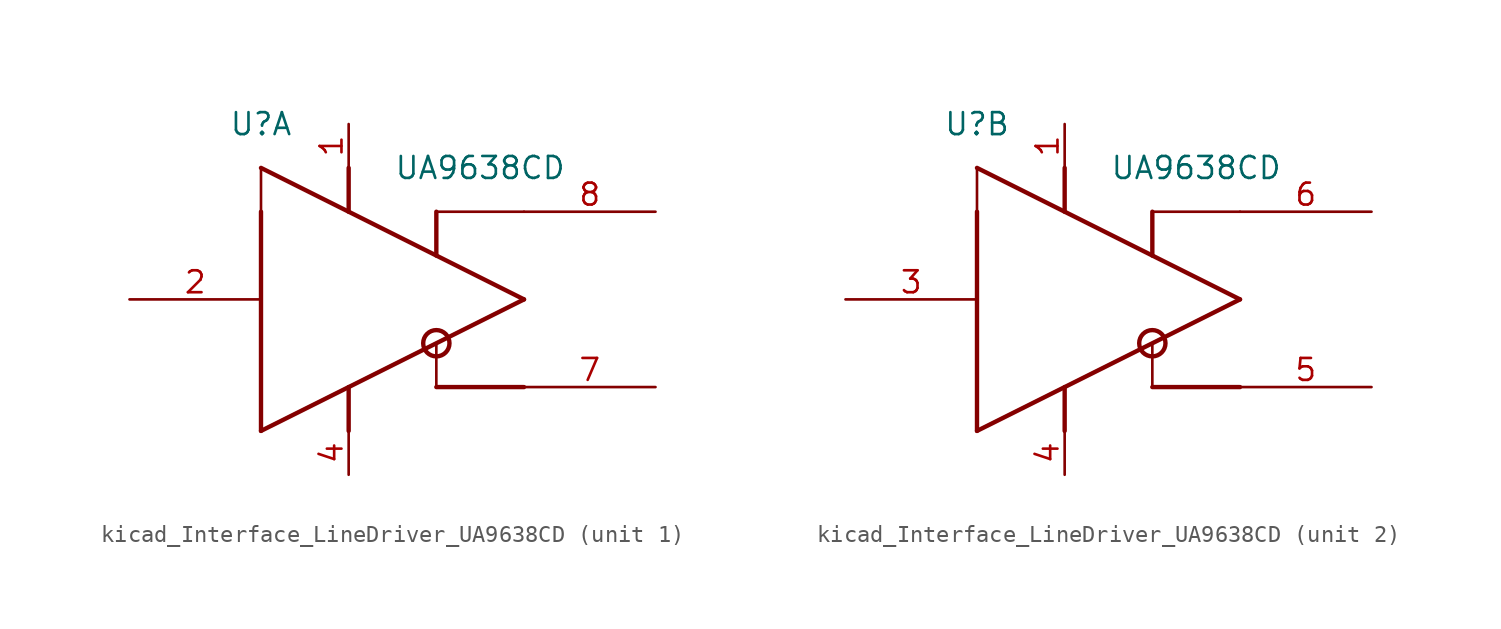
<source format=kicad_sym>
(kicad_symbol_lib
  (version 20220914)
  (generator kicad_symbol_editor)
  (symbol "kicad_Interface_LineDriver_UA9638CD"
    (pin_names
      (offset 1.016) hide)
    (property "Reference" "U"
      (at -7.62 10.16 0)
      (effects (font (size 1.27 1.27))))
    (property "Value" "UA9638CD"
      (at 5.08 7.62 0)
      (effects (font (size 1.27 1.27))))
    (symbol "kicad_Interface_LineDriver_UA9638CD_0_1"
      (polyline (pts (xy -7.62 5.08) (xy -7.62 -7.62)) (stroke (width 0.254) (type default)) (fill (type background)))
      (polyline (pts (xy -7.62 5.08) (xy -7.62 7.62)) (stroke (width 0) (type default)) (fill (type none)))
      (polyline (pts (xy -7.62 7.62) (xy 7.62 0)) (stroke (width 0.254) (type default)) (fill (type none)))
      (polyline (pts (xy -2.54 -5.08) (xy -2.54 -7.62)) (stroke (width 0.254) (type default)) (fill (type none)))
      (polyline (pts (xy -2.54 5.08) (xy -2.54 7.62)) (stroke (width 0.254) (type default)) (fill (type none)))
      (polyline (pts (xy 2.54 -5.08) (xy 7.62 -5.08)) (stroke (width 0.254) (type default)) (fill (type none)))
      (polyline (pts (xy 2.54 -2.54) (xy 2.54 -5.08)) (stroke (width 0) (type default)) (fill (type none)))
      (polyline (pts (xy 2.54 5.08) (xy 2.54 2.54)) (stroke (width 0.254) (type default)) (fill (type none)))
      (polyline (pts (xy 7.62 0) (xy -7.62 -7.62)) (stroke (width 0.254) (type default)) (fill (type none)))
      (polyline (pts (xy 7.62 5.08) (xy 2.54 5.08)) (stroke (width 0) (type default)) (fill (type none)))
      (circle (center 2.54 -2.54) (radius 0.762) (stroke (width 0.254) (type default)) (fill (type none))))
    (symbol "kicad_Interface_LineDriver_UA9638CD_1_1"
      (pin power_in line (at -2.54 10.16 270) (length 2.54) (name "VCC" (effects (font (size 1.27 1.27)))) (number "1" (effects (font (size 1.27 1.27)))))
      (pin input line (at -15.24 0 0) (length 7.62) (name "IN" (effects (font (size 1.27 1.27)))) (number "2" (effects (font (size 1.27 1.27)))))
      (pin power_in line (at -2.54 -10.16 90) (length 2.54) (name "GND" (effects (font (size 1.27 1.27)))) (number "4" (effects (font (size 1.27 1.27)))))
      (pin output line (at 15.24 -5.08 180) (length 7.62) (name "OUTA" (effects (font (size 1.27 1.27)))) (number "7" (effects (font (size 1.27 1.27)))))
      (pin output line (at 15.24 5.08 180) (length 7.62) (name "OUTB" (effects (font (size 1.27 1.27)))) (number "8" (effects (font (size 1.27 1.27))))))
    (symbol "kicad_Interface_LineDriver_UA9638CD_2_1"
      (pin power_in line (at -2.54 10.16 270) (length 2.54) (name "VCC" (effects (font (size 1.27 1.27)))) (number "1" (effects (font (size 1.27 1.27)))))
      (pin input line (at -15.24 0 0) (length 7.62) (name "IN" (effects (font (size 1.27 1.27)))) (number "3" (effects (font (size 1.27 1.27)))))
      (pin power_in line (at -2.54 -10.16 90) (length 2.54) (name "GND" (effects (font (size 1.27 1.27)))) (number "4" (effects (font (size 1.27 1.27)))))
      (pin output line (at 15.24 -5.08 180) (length 7.62) (name "OUTA" (effects (font (size 1.27 1.27)))) (number "5" (effects (font (size 1.27 1.27)))))
      (pin output line (at 15.24 5.08 180) (length 7.62) (name "OUTB" (effects (font (size 1.27 1.27)))) (number "6" (effects (font (size 1.27 1.27))))))))
</source>
